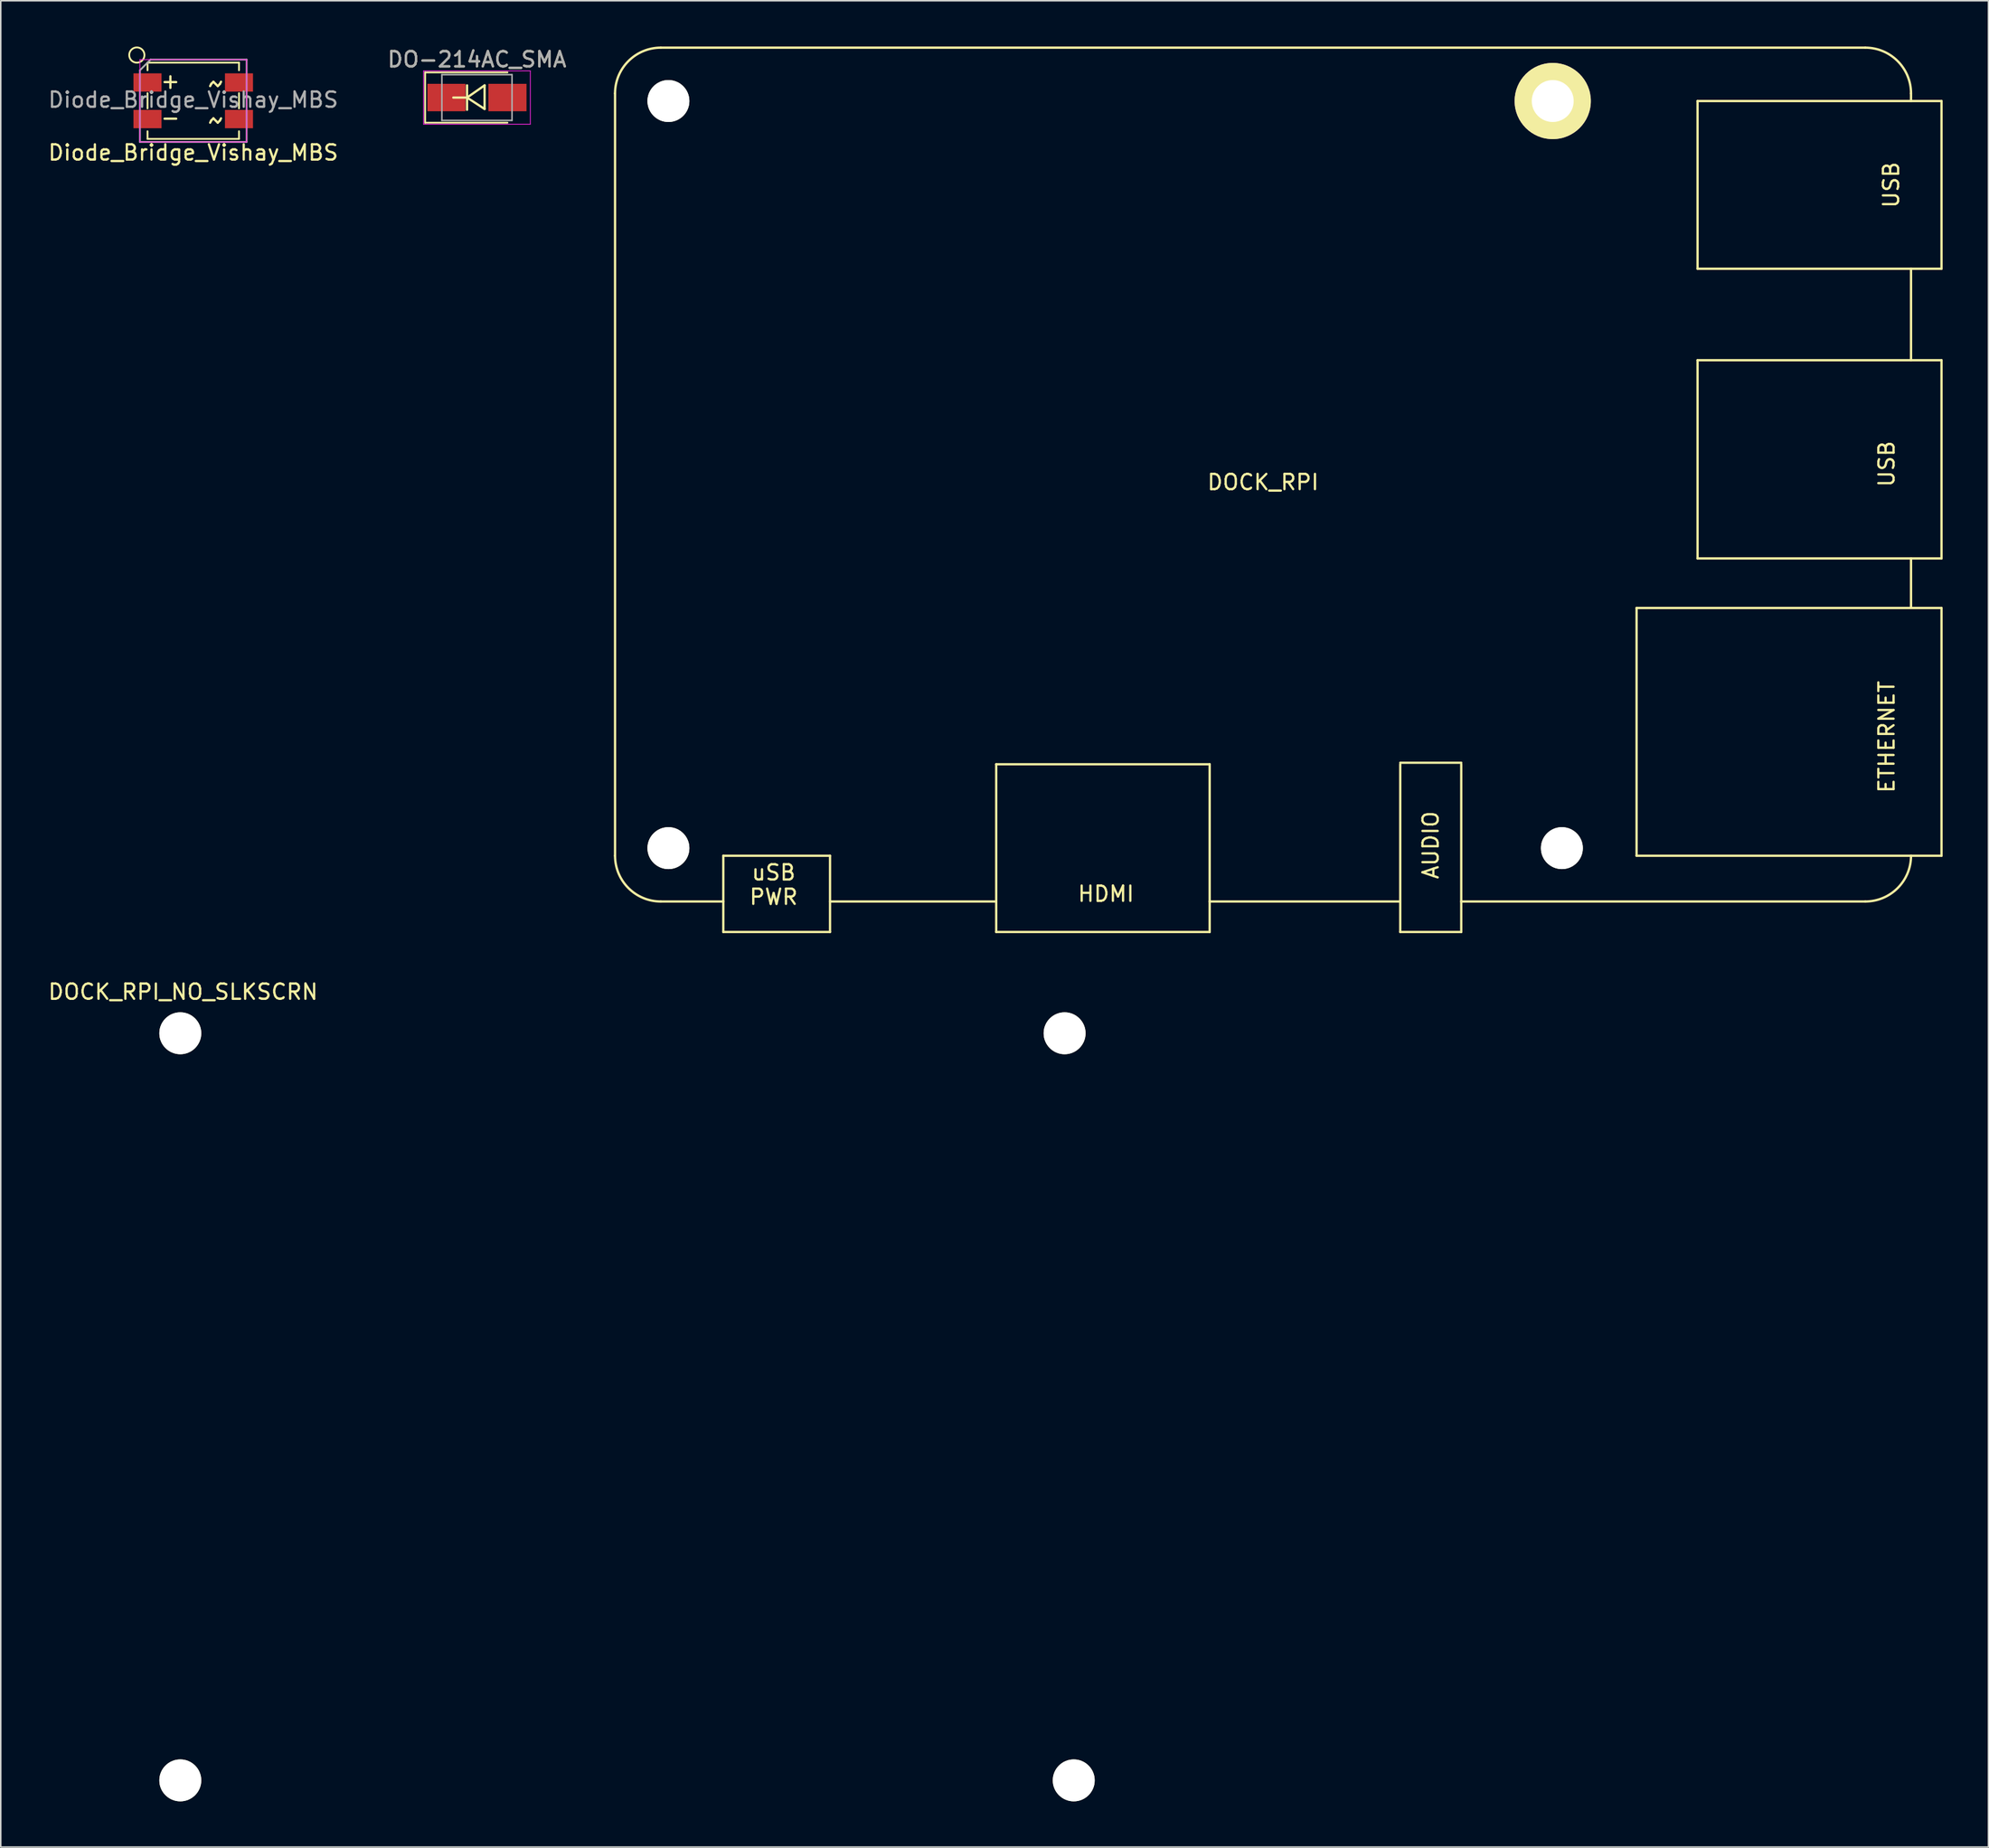
<source format=kicad_pcb>
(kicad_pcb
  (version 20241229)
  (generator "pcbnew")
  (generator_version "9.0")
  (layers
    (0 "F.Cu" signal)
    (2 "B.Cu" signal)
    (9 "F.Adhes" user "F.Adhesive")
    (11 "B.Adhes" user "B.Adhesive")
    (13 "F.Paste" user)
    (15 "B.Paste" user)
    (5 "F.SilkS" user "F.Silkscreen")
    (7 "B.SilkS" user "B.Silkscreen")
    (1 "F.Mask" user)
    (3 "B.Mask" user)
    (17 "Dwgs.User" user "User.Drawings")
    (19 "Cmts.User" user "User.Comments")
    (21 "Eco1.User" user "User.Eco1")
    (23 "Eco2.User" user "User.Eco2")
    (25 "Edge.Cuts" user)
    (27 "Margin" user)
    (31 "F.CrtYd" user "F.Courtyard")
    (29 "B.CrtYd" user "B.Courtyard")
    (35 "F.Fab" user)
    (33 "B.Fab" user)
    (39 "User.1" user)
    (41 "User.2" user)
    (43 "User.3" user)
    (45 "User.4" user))
  (footprint "DOCK_RPI_NO_SLKSCRN"
    (layer "F.Cu")
    (at 47.775 89.219)
    (property "Reference" "DOCK_RPI_NO_SLKSCRN" (at -38.817 -27.218 0) (layer "F.SilkS") (effects (font (size 1 1) (thickness 0.15))))
    (attr through_hole)
    (pad "" np_thru_hole circle (at -39 -24.5) (size 2.75 2.75) (drill 2.75) (layers "*.Cu" "*.Mask" "F.SilkS"))
    (pad "" np_thru_hole circle (at -39 24.5) (size 2.75 2.75) (drill 2.75) (layers "*.Cu" "*.Mask" "F.SilkS"))
    (pad "" np_thru_hole circle (at 19 -24.5) (size 2.75 2.75) (drill 2.75) (layers "*.Cu" "*.Mask" "F.SilkS"))
    (pad "" np_thru_hole circle (at 19.6 24.5) (size 2.75 2.75) (drill 2.75) (layers "*.Cu" "*.Mask" "F.SilkS")))
  (footprint "DOCK_RPI"
    (layer "F.Cu")
    (at 79.79 28.076)
    (property "Reference" "DOCK_RPI" (at 0 0.5 0) (layer "F.SilkS") (effects (font (size 1 1) (thickness 0.15))))
    (attr through_hole)
    (fp_line (start -42.5 -25) (end -42.5 25) (stroke (width 0.152) (type solid)) (layer "F.SilkS"))
    (fp_line (start -39.5 -28) (end 39.5 -28) (stroke (width 0.152) (type solid)) (layer "F.SilkS"))
    (fp_line (start -35.4 25) (end -35.4 30) (stroke (width 0.152) (type solid)) (layer "F.SilkS"))
    (fp_line (start -35.4 25) (end -28.4 25) (stroke (width 0.152) (type solid)) (layer "F.SilkS"))
    (fp_line (start -35.4 28) (end -39.5 28) (stroke (width 0.152) (type solid)) (layer "F.SilkS"))
    (fp_line (start -35.4 30) (end -28.4 30) (stroke (width 0.152) (type solid)) (layer "F.SilkS"))
    (fp_line (start -28.4 25) (end -28.4 30) (stroke (width 0.152) (type solid)) (layer "F.SilkS"))
    (fp_line (start -17.5 19) (end -17.5 30) (stroke (width 0.152) (type solid)) (layer "F.SilkS"))
    (fp_line (start -17.5 19) (end -3.5 19) (stroke (width 0.152) (type solid)) (layer "F.SilkS"))
    (fp_line (start -17.5 28) (end -28.4 28) (stroke (width 0.152) (type solid)) (layer "F.SilkS"))
    (fp_line (start -17.5 30) (end -3.5 30) (stroke (width 0.152) (type solid)) (layer "F.SilkS"))
    (fp_line (start -3.5 19) (end -3.5 30) (stroke (width 0.152) (type solid)) (layer "F.SilkS"))
    (fp_line (start 9 18.9) (end 13 18.9) (stroke (width 0.152) (type solid)) (layer "F.SilkS"))
    (fp_line (start 9 19) (end 9 30) (stroke (width 0.152) (type solid)) (layer "F.SilkS"))
    (fp_line (start 9 28) (end -3.5 28) (stroke (width 0.152) (type solid)) (layer "F.SilkS"))
    (fp_line (start 9 30) (end 13 30) (stroke (width 0.152) (type solid)) (layer "F.SilkS"))
    (fp_line (start 13 19) (end 13 30) (stroke (width 0.152) (type solid)) (layer "F.SilkS"))
    (fp_line (start 13 28) (end 39.5 28) (stroke (width 0.152) (type solid)) (layer "F.SilkS"))
    (fp_line (start 24.5 8.75) (end 24.5 25) (stroke (width 0.152) (type solid)) (layer "F.SilkS"))
    (fp_line (start 28.5 -24.5) (end 28.5 -13.5) (stroke (width 0.152) (type solid)) (layer "F.SilkS"))
    (fp_line (start 28.5 -7.5) (end 28.5 5.5) (stroke (width 0.152) (type solid)) (layer "F.SilkS"))
    (fp_line (start 42.5 -25) (end 42.5 -24.5) (stroke (width 0.152) (type solid)) (layer "F.SilkS"))
    (fp_line (start 42.5 -13.5) (end 42.5 -7.5) (stroke (width 0.152) (type solid)) (layer "F.SilkS"))
    (fp_line (start 42.5 5.5) (end 42.5 8.7) (stroke (width 0.152) (type solid)) (layer "F.SilkS"))
    (fp_line (start 44.5 -24.5) (end 28.5 -24.5) (stroke (width 0.152) (type solid)) (layer "F.SilkS"))
    (fp_line (start 44.5 -24.5) (end 44.5 -13.5) (stroke (width 0.152) (type solid)) (layer "F.SilkS"))
    (fp_line (start 44.5 -13.5) (end 28.5 -13.5) (stroke (width 0.152) (type solid)) (layer "F.SilkS"))
    (fp_line (start 44.5 -7.5) (end 28.5 -7.5) (stroke (width 0.152) (type solid)) (layer "F.SilkS"))
    (fp_line (start 44.5 -7.5) (end 44.5 5.5) (stroke (width 0.152) (type solid)) (layer "F.SilkS"))
    (fp_line (start 44.5 5.5) (end 28.5 5.5) (stroke (width 0.152) (type solid)) (layer "F.SilkS"))
    (fp_line (start 44.5 8.75) (end 24.5 8.75) (stroke (width 0.152) (type solid)) (layer "F.SilkS"))
    (fp_line (start 44.5 8.75) (end 44.5 25) (stroke (width 0.152) (type solid)) (layer "F.SilkS"))
    (fp_line (start 44.5 25) (end 24.5 25) (stroke (width 0.152) (type solid)) (layer "F.SilkS"))
    (fp_arc (start -42.5 -25) (mid -41.62132 -27.12132) (end -39.5 -28) (stroke (width 0.1524) (type solid)) (layer "F.SilkS"))
    (fp_arc (start -39.5 28) (mid -41.62132 27.12132) (end -42.5 25) (stroke (width 0.1524) (type solid)) (layer "F.SilkS"))
    (fp_arc (start 39.5 -28) (mid 41.62132 -27.12132) (end 42.5 -25) (stroke (width 0.1524) (type solid)) (layer "F.SilkS"))
    (fp_arc (start 42.5 25) (mid 41.62132 27.12132) (end 39.5 28) (stroke (width 0.1524) (type solid)) (layer "F.SilkS"))
    (fp_text user "AUDIO" (at 11 24.3 90) (layer "F.SilkS") (effects (font (size 1 1) (thickness 0.15))))
    (fp_text user "USB" (at 41.2 -19 90) (layer "F.SilkS") (effects (font (size 1 1) (thickness 0.15))))
    (fp_text user "ETHERNET" (at 40.9 17.2 90) (layer "F.SilkS") (effects (font (size 1 1) (thickness 0.15))))
    (fp_text user "HDMI" (at -10.3 27.5 0) (layer "F.SilkS") (effects (font (size 1 1) (thickness 0.15))))
    (fp_text user "PWR" (at -32.1 27.7 0) (layer "F.SilkS") (effects (font (size 1 1) (thickness 0.15))))
    (fp_text user "USB" (at 40.9 -0.7 90) (layer "F.SilkS") (effects (font (size 1 1) (thickness 0.15))))
    (fp_text user "uSB" (at -32.1 26.1 0) (layer "F.SilkS") (effects (font (size 1 1) (thickness 0.15))))
    (pad "" np_thru_hole circle (at -39 -24.5) (size 2.75 2.75) (drill 2.75) (layers "*.Cu" "*.Mask" "F.SilkS"))
    (pad "" np_thru_hole circle (at -39 24.5) (size 2.75 2.75) (drill 2.75) (layers "*.Cu" "*.Mask" "F.SilkS"))
    (pad "" np_thru_hole circle (at 19.6 24.5) (size 2.75 2.75) (drill 2.75) (layers "*.Cu" "*.Mask" "F.SilkS"))
    (pad "1" thru_hole circle (at 19 -24.5) (size 5 5) (drill 2.75) (layers "*.Cu" "*.Mask" "F.SilkS")))
  (footprint "Diode_Bridge_Vishay_MBS"
    (layer "F.Cu")
    (at 9.625 3.56)
    (property "Reference" "Diode_Bridge_Vishay_MBS" (at 0 3.4 0) (layer "F.SilkS") (effects (font (size 1 1) (thickness 0.15))))
    (attr smd)
    (fp_line (start -3 -2.5) (end 3 -2.5) (stroke (width 0.12) (type solid)) (layer "F.SilkS"))
    (fp_line (start -3 -2) (end -3 -2.5) (stroke (width 0.12) (type solid)) (layer "F.SilkS"))
    (fp_line (start -3 -0.5) (end -3 0.5) (stroke (width 0.12) (type solid)) (layer "F.SilkS"))
    (fp_line (start -3 2) (end -3 2.5) (stroke (width 0.12) (type solid)) (layer "F.SilkS"))
    (fp_line (start -3 2.5) (end 3 2.5) (stroke (width 0.12) (type solid)) (layer "F.SilkS"))
    (fp_line (start 3 -2) (end 3 -2.5) (stroke (width 0.12) (type solid)) (layer "F.SilkS"))
    (fp_line (start 3 -0.5) (end 3 0.5) (stroke (width 0.12) (type solid)) (layer "F.SilkS"))
    (fp_line (start 3 2) (end 3 2.5) (stroke (width 0.12) (type solid)) (layer "F.SilkS"))
    (fp_circle (center -3.7 -3) (end -3.4 -2.6) (stroke (width 0.12) (type solid)) (fill no) (layer "F.SilkS"))
    (fp_line (start -3.5 -2.7) (end -3.5 2.7) (stroke (width 0.05) (type solid)) (layer "F.CrtYd"))
    (fp_line (start -3.5 -2.7) (end 3.5 -2.7) (stroke (width 0.05) (type solid)) (layer "F.CrtYd"))
    (fp_line (start 3.5 2.7) (end -3.5 2.7) (stroke (width 0.05) (type solid)) (layer "F.CrtYd"))
    (fp_line (start 3.5 2.7) (end 3.5 -2.7) (stroke (width 0.05) (type solid)) (layer "F.CrtYd"))
    (fp_line (start -3.5 -2) (end -2.8 -2.7) (stroke (width 0.12) (type solid)) (layer "F.Fab"))
    (fp_line (start -3.5 2.7) (end -3.5 -2) (stroke (width 0.12) (type solid)) (layer "F.Fab"))
    (fp_line (start -2.8 -2.7) (end 3.5 -2.7) (stroke (width 0.12) (type solid)) (layer "F.Fab"))
    (fp_line (start 3.5 -2.7) (end 3.5 2.7) (stroke (width 0.12) (type solid)) (layer "F.Fab"))
    (fp_line (start 3.5 2.7) (end -3.5 2.7) (stroke (width 0.12) (type solid)) (layer "F.Fab"))
    (fp_text user "-" (at -1.5 1.1 0) (layer "F.SilkS") (effects (font (size 1 1) (thickness 0.15))))
    (fp_text user "~" (at 1.5 1.2 0) (layer "F.SilkS") (effects (font (size 3 1.5) (thickness 0.15))))
    (fp_text user "+" (at -1.5 -1.3 0) (layer "F.SilkS") (effects (font (size 1 1) (thickness 0.15))))
    (fp_text user "~" (at 1.5 -1.2 0) (layer "F.SilkS") (effects (font (size 3 1.5) (thickness 0.15))))
    (fp_text user "${REFERENCE}" (at 0 -0.065 0) (layer "F.Fab") (effects (font (size 1 1) (thickness 0.15))))
    (pad "1" smd rect (at -3 -1.2) (size 1.84 1.2) (layers "F.Cu" "F.Mask" "F.Paste"))
    (pad "2" smd rect (at 3 -1.2) (size 1.84 1.2) (layers "F.Cu" "F.Mask" "F.Paste"))
    (pad "3" smd rect (at 3 1.2) (size 1.84 1.2) (layers "F.Cu" "F.Mask" "F.Paste"))
    (pad "4" smd rect (at -3 1.2) (size 1.84 1.2) (layers "F.Cu" "F.Mask" "F.Paste")))
  (footprint "DO-214AC_SMA"
    (layer "F.Cu")
    (at 28.232 3.348)
    (property "Reference" "DO-214AC_SMA" (at 0 -2.5 0) (layer "F.SilkS") (effects (font (size 1 1) (thickness 0.15))))
    (attr smd)
    (fp_line (start -3.4 -1.65) (end -3.4 1.65) (stroke (width 0.12) (type solid)) (layer "F.SilkS"))
    (fp_line (start -3.4 -1.65) (end 2 -1.65) (stroke (width 0.12) (type solid)) (layer "F.SilkS"))
    (fp_line (start -3.4 1.65) (end 2 1.65) (stroke (width 0.12) (type solid)) (layer "F.SilkS"))
    (fp_line (start -0.649 -0.799) (end -0.649 0.801) (stroke (width 0.15) (type solid)) (layer "F.SilkS"))
    (fp_line (start -0.649 0.001) (end -1.551 0.001) (stroke (width 0.15) (type solid)) (layer "F.SilkS"))
    (fp_line (start -0.649 0.001) (end 0.501 -0.799) (stroke (width 0.15) (type solid)) (layer "F.SilkS"))
    (fp_line (start -0.649 0.001) (end 0.501 0.75) (stroke (width 0.15) (type solid)) (layer "F.SilkS"))
    (fp_line (start 0.501 0.75) (end 0.501 -0.799) (stroke (width 0.15) (type solid)) (layer "F.SilkS"))
    (fp_line (start 0.501 0.001) (end 1.499 0.001) (stroke (width 0.15) (type solid)) (layer "B.Paste"))
    (fp_line (start -3.5 -1.75) (end 3.5 -1.75) (stroke (width 0.05) (type solid)) (layer "F.CrtYd"))
    (fp_line (start -3.5 1.75) (end -3.5 -1.75) (stroke (width 0.05) (type solid)) (layer "F.CrtYd"))
    (fp_line (start 3.5 -1.75) (end 3.5 1.75) (stroke (width 0.05) (type solid)) (layer "F.CrtYd"))
    (fp_line (start 3.5 1.75) (end -3.5 1.75) (stroke (width 0.05) (type solid)) (layer "F.CrtYd"))
    (fp_line (start -2.3 1.5) (end -2.3 -1.5) (stroke (width 0.1) (type solid)) (layer "F.Fab"))
    (fp_line (start 2.3 -1.5) (end -2.3 -1.5) (stroke (width 0.1) (type solid)) (layer "F.Fab"))
    (fp_line (start 2.3 -1.5) (end 2.3 1.5) (stroke (width 0.1) (type solid)) (layer "F.Fab"))
    (fp_line (start 2.3 1.5) (end -2.3 1.5) (stroke (width 0.1) (type solid)) (layer "F.Fab"))
    (fp_text user "${REFERENCE}" (at 0 -2.5 0) (layer "F.Fab") (effects (font (size 1 1) (thickness 0.15))))
    (pad "1" smd rect (at -2 0) (size 2.5 1.8) (layers "F.Cu" "F.Mask" "F.Paste"))
    (pad "2" smd rect (at 2 0) (size 2.5 1.8) (layers "F.Cu" "F.Mask" "F.Paste")))
  (gr_rect
    (start -3 -3)
    (end 127.367 118.094)
    (stroke (width 0.1) (type default))
    (fill no)
    (layer "Edge.Cuts")))
</source>
